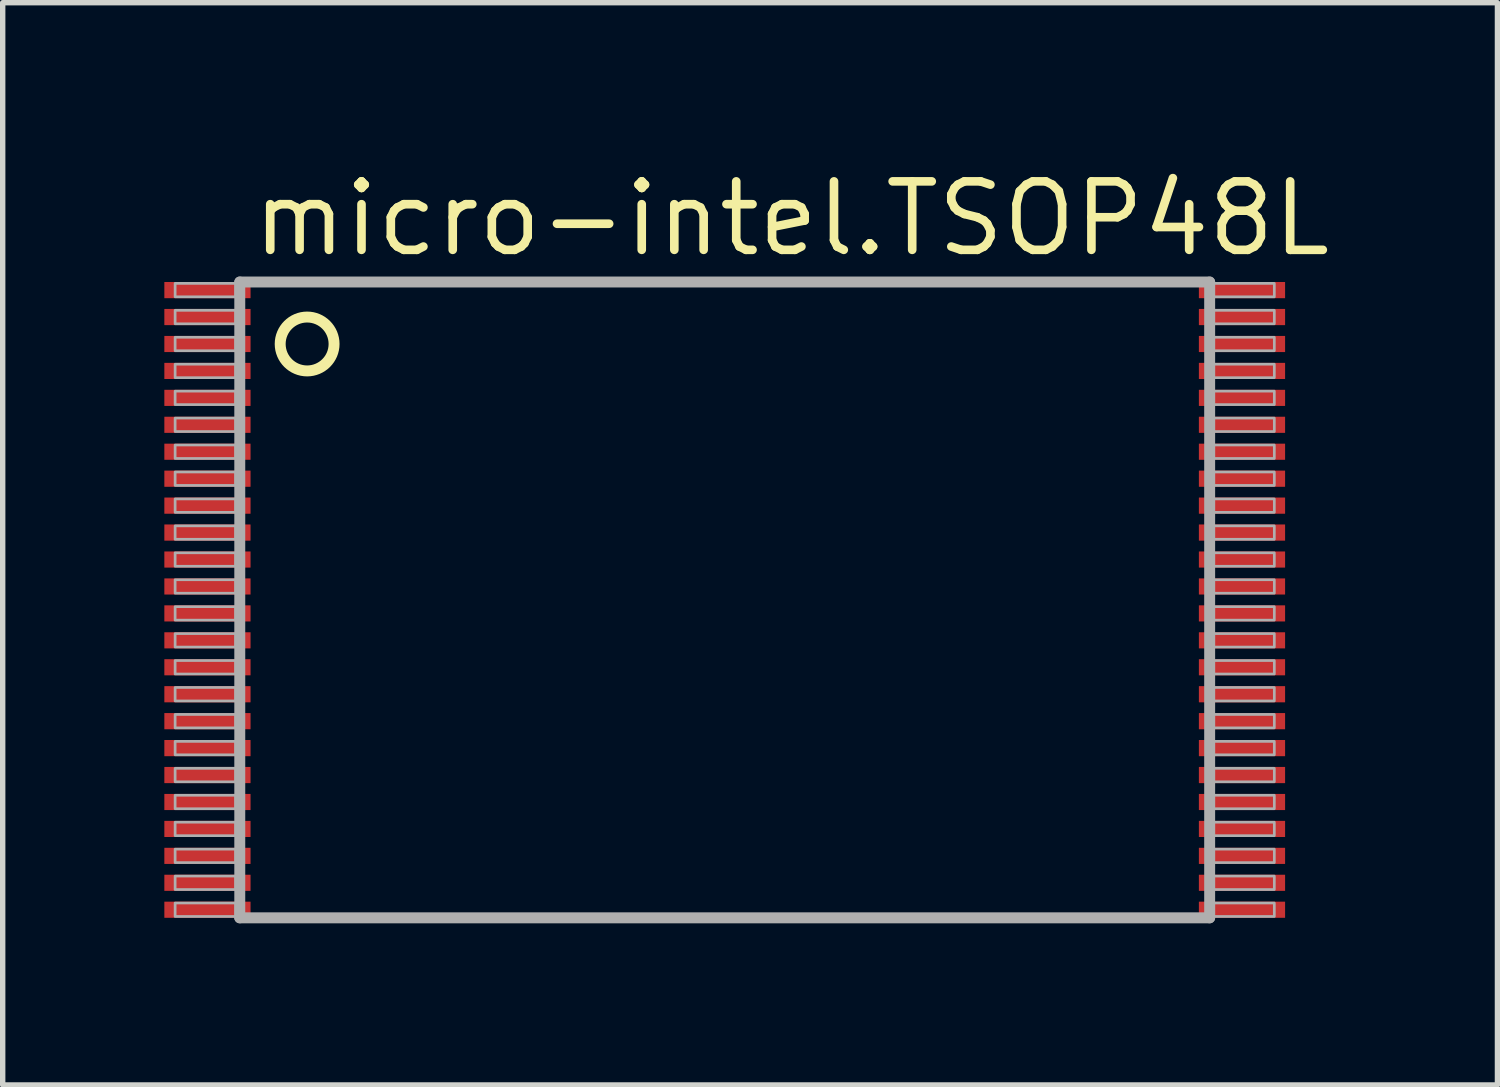
<source format=kicad_pcb>
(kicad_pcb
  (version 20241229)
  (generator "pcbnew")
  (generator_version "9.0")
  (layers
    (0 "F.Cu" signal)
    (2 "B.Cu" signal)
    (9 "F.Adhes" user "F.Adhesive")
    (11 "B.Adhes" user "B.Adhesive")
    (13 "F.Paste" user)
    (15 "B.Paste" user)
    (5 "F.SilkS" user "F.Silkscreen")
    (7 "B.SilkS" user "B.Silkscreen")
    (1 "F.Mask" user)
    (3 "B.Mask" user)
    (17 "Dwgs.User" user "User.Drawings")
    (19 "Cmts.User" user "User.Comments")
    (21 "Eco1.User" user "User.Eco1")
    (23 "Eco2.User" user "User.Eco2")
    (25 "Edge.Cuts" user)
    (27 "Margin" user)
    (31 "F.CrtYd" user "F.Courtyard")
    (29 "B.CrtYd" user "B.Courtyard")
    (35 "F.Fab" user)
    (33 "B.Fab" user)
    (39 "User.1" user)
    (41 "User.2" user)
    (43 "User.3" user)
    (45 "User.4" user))
  (footprint "micro-intel.TSOP48L"
    (layer "F.Cu")
    (at 10.4 8.084)
    (property "Reference" "micro-intel.TSOP48L" (at -8.842 -6.334 0) (layer "F.SilkS") (effects (font (size 1.27 1.27) (thickness 0.16)) (justify left bottom)))
    (attr smd)
    (fp_circle (center -7.75 -4.75) (end -7.25 -4.75) (stroke (width 0.203) (type default)) (fill no) (layer "F.SilkS"))
    (fp_line (start -9 -5.9) (end -9 5.9) (stroke (width 0.203) (type default)) (layer "F.Fab"))
    (fp_line (start -9 5.9) (end 9 5.9) (stroke (width 0.203) (type default)) (layer "F.Fab"))
    (fp_line (start 9 -5.9) (end -9 -5.9) (stroke (width 0.203) (type default)) (layer "F.Fab"))
    (fp_line (start 9 5.9) (end 9 -5.9) (stroke (width 0.203) (type default)) (layer "F.Fab"))
    (fp_rect (start -10.2 -5.625) (end -9.075 -5.875) (stroke (width 0.05) (type default)) (fill no) (layer "F.Fab"))
    (fp_rect (start -10.2 -5.125) (end -9.075 -5.375) (stroke (width 0.05) (type default)) (fill no) (layer "F.Fab"))
    (fp_rect (start -10.2 -4.625) (end -9.075 -4.875) (stroke (width 0.05) (type default)) (fill no) (layer "F.Fab"))
    (fp_rect (start -10.2 -4.125) (end -9.075 -4.375) (stroke (width 0.05) (type default)) (fill no) (layer "F.Fab"))
    (fp_rect (start -10.2 -3.625) (end -9.075 -3.875) (stroke (width 0.05) (type default)) (fill no) (layer "F.Fab"))
    (fp_rect (start -10.2 -3.125) (end -9.075 -3.375) (stroke (width 0.05) (type default)) (fill no) (layer "F.Fab"))
    (fp_rect (start -10.2 -2.625) (end -9.075 -2.875) (stroke (width 0.05) (type default)) (fill no) (layer "F.Fab"))
    (fp_rect (start -10.2 -2.125) (end -9.075 -2.375) (stroke (width 0.05) (type default)) (fill no) (layer "F.Fab"))
    (fp_rect (start -10.2 -1.625) (end -9.075 -1.875) (stroke (width 0.05) (type default)) (fill no) (layer "F.Fab"))
    (fp_rect (start -10.2 -1.125) (end -9.075 -1.375) (stroke (width 0.05) (type default)) (fill no) (layer "F.Fab"))
    (fp_rect (start -10.2 -0.625) (end -9.075 -0.875) (stroke (width 0.05) (type default)) (fill no) (layer "F.Fab"))
    (fp_rect (start -10.2 -0.125) (end -9.075 -0.375) (stroke (width 0.05) (type default)) (fill no) (layer "F.Fab"))
    (fp_rect (start -10.2 0.375) (end -9.075 0.125) (stroke (width 0.05) (type default)) (fill no) (layer "F.Fab"))
    (fp_rect (start -10.2 0.875) (end -9.075 0.625) (stroke (width 0.05) (type default)) (fill no) (layer "F.Fab"))
    (fp_rect (start -10.2 1.375) (end -9.075 1.125) (stroke (width 0.05) (type default)) (fill no) (layer "F.Fab"))
    (fp_rect (start -10.2 1.875) (end -9.075 1.625) (stroke (width 0.05) (type default)) (fill no) (layer "F.Fab"))
    (fp_rect (start -10.2 2.375) (end -9.075 2.125) (stroke (width 0.05) (type default)) (fill no) (layer "F.Fab"))
    (fp_rect (start -10.2 2.875) (end -9.075 2.625) (stroke (width 0.05) (type default)) (fill no) (layer "F.Fab"))
    (fp_rect (start -10.2 3.375) (end -9.075 3.125) (stroke (width 0.05) (type default)) (fill no) (layer "F.Fab"))
    (fp_rect (start -10.2 3.875) (end -9.075 3.625) (stroke (width 0.05) (type default)) (fill no) (layer "F.Fab"))
    (fp_rect (start -10.2 4.375) (end -9.075 4.125) (stroke (width 0.05) (type default)) (fill no) (layer "F.Fab"))
    (fp_rect (start -10.2 4.875) (end -9.075 4.625) (stroke (width 0.05) (type default)) (fill no) (layer "F.Fab"))
    (fp_rect (start -10.2 5.375) (end -9.075 5.125) (stroke (width 0.05) (type default)) (fill no) (layer "F.Fab"))
    (fp_rect (start -10.2 5.875) (end -9.075 5.625) (stroke (width 0.05) (type default)) (fill no) (layer "F.Fab"))
    (fp_rect (start 9.075 -5.625) (end 10.2 -5.875) (stroke (width 0.05) (type default)) (fill no) (layer "F.Fab"))
    (fp_rect (start 9.075 -5.125) (end 10.2 -5.375) (stroke (width 0.05) (type default)) (fill no) (layer "F.Fab"))
    (fp_rect (start 9.075 -4.625) (end 10.2 -4.875) (stroke (width 0.05) (type default)) (fill no) (layer "F.Fab"))
    (fp_rect (start 9.075 -4.125) (end 10.2 -4.375) (stroke (width 0.05) (type default)) (fill no) (layer "F.Fab"))
    (fp_rect (start 9.075 -3.625) (end 10.2 -3.875) (stroke (width 0.05) (type default)) (fill no) (layer "F.Fab"))
    (fp_rect (start 9.075 -3.125) (end 10.2 -3.375) (stroke (width 0.05) (type default)) (fill no) (layer "F.Fab"))
    (fp_rect (start 9.075 -2.625) (end 10.2 -2.875) (stroke (width 0.05) (type default)) (fill no) (layer "F.Fab"))
    (fp_rect (start 9.075 -2.125) (end 10.2 -2.375) (stroke (width 0.05) (type default)) (fill no) (layer "F.Fab"))
    (fp_rect (start 9.075 -1.625) (end 10.2 -1.875) (stroke (width 0.05) (type default)) (fill no) (layer "F.Fab"))
    (fp_rect (start 9.075 -1.125) (end 10.2 -1.375) (stroke (width 0.05) (type default)) (fill no) (layer "F.Fab"))
    (fp_rect (start 9.075 -0.625) (end 10.2 -0.875) (stroke (width 0.05) (type default)) (fill no) (layer "F.Fab"))
    (fp_rect (start 9.075 -0.125) (end 10.2 -0.375) (stroke (width 0.05) (type default)) (fill no) (layer "F.Fab"))
    (fp_rect (start 9.075 0.375) (end 10.2 0.125) (stroke (width 0.05) (type default)) (fill no) (layer "F.Fab"))
    (fp_rect (start 9.075 0.875) (end 10.2 0.625) (stroke (width 0.05) (type default)) (fill no) (layer "F.Fab"))
    (fp_rect (start 9.075 1.375) (end 10.2 1.125) (stroke (width 0.05) (type default)) (fill no) (layer "F.Fab"))
    (fp_rect (start 9.075 1.875) (end 10.2 1.625) (stroke (width 0.05) (type default)) (fill no) (layer "F.Fab"))
    (fp_rect (start 9.075 2.375) (end 10.2 2.125) (stroke (width 0.05) (type default)) (fill no) (layer "F.Fab"))
    (fp_rect (start 9.075 2.875) (end 10.2 2.625) (stroke (width 0.05) (type default)) (fill no) (layer "F.Fab"))
    (fp_rect (start 9.075 3.375) (end 10.2 3.125) (stroke (width 0.05) (type default)) (fill no) (layer "F.Fab"))
    (fp_rect (start 9.075 3.875) (end 10.2 3.625) (stroke (width 0.05) (type default)) (fill no) (layer "F.Fab"))
    (fp_rect (start 9.075 4.375) (end 10.2 4.125) (stroke (width 0.05) (type default)) (fill no) (layer "F.Fab"))
    (fp_rect (start 9.075 4.875) (end 10.2 4.625) (stroke (width 0.05) (type default)) (fill no) (layer "F.Fab"))
    (fp_rect (start 9.075 5.375) (end 10.2 5.125) (stroke (width 0.05) (type default)) (fill no) (layer "F.Fab"))
    (fp_rect (start 9.075 5.875) (end 10.2 5.625) (stroke (width 0.05) (type default)) (fill no) (layer "F.Fab"))
    (pad "1" smd roundrect (at -9.6 -5.75) (size 1.6 0.3) (layers "F.Cu" "F.Mask" "F.Paste") (roundrect_rratio 0.01))
    (pad "2" smd roundrect (at -9.6 -5.25) (size 1.6 0.3) (layers "F.Cu" "F.Mask" "F.Paste") (roundrect_rratio 0.01))
    (pad "3" smd roundrect (at -9.6 -4.75) (size 1.6 0.3) (layers "F.Cu" "F.Mask" "F.Paste") (roundrect_rratio 0.01))
    (pad "4" smd roundrect (at -9.6 -4.25) (size 1.6 0.3) (layers "F.Cu" "F.Mask" "F.Paste") (roundrect_rratio 0.01))
    (pad "5" smd roundrect (at -9.6 -3.75) (size 1.6 0.3) (layers "F.Cu" "F.Mask" "F.Paste") (roundrect_rratio 0.01))
    (pad "6" smd roundrect (at -9.6 -3.25) (size 1.6 0.3) (layers "F.Cu" "F.Mask" "F.Paste") (roundrect_rratio 0.01))
    (pad "7" smd roundrect (at -9.6 -2.75) (size 1.6 0.3) (layers "F.Cu" "F.Mask" "F.Paste") (roundrect_rratio 0.01))
    (pad "8" smd roundrect (at -9.6 -2.25) (size 1.6 0.3) (layers "F.Cu" "F.Mask" "F.Paste") (roundrect_rratio 0.01))
    (pad "9" smd roundrect (at -9.6 -1.75) (size 1.6 0.3) (layers "F.Cu" "F.Mask" "F.Paste") (roundrect_rratio 0.01))
    (pad "10" smd roundrect (at -9.6 -1.25) (size 1.6 0.3) (layers "F.Cu" "F.Mask" "F.Paste") (roundrect_rratio 0.01))
    (pad "11" smd roundrect (at -9.6 -0.75) (size 1.6 0.3) (layers "F.Cu" "F.Mask" "F.Paste") (roundrect_rratio 0.01))
    (pad "12" smd roundrect (at -9.6 -0.25) (size 1.6 0.3) (layers "F.Cu" "F.Mask" "F.Paste") (roundrect_rratio 0.01))
    (pad "13" smd roundrect (at -9.6 0.25) (size 1.6 0.3) (layers "F.Cu" "F.Mask" "F.Paste") (roundrect_rratio 0.01))
    (pad "14" smd roundrect (at -9.6 0.75) (size 1.6 0.3) (layers "F.Cu" "F.Mask" "F.Paste") (roundrect_rratio 0.01))
    (pad "15" smd roundrect (at -9.6 1.25) (size 1.6 0.3) (layers "F.Cu" "F.Mask" "F.Paste") (roundrect_rratio 0.01))
    (pad "16" smd roundrect (at -9.6 1.75) (size 1.6 0.3) (layers "F.Cu" "F.Mask" "F.Paste") (roundrect_rratio 0.01))
    (pad "17" smd roundrect (at -9.6 2.25) (size 1.6 0.3) (layers "F.Cu" "F.Mask" "F.Paste") (roundrect_rratio 0.01))
    (pad "18" smd roundrect (at -9.6 2.75) (size 1.6 0.3) (layers "F.Cu" "F.Mask" "F.Paste") (roundrect_rratio 0.01))
    (pad "19" smd roundrect (at -9.6 3.25) (size 1.6 0.3) (layers "F.Cu" "F.Mask" "F.Paste") (roundrect_rratio 0.01))
    (pad "20" smd roundrect (at -9.6 3.75) (size 1.6 0.3) (layers "F.Cu" "F.Mask" "F.Paste") (roundrect_rratio 0.01))
    (pad "21" smd roundrect (at -9.6 4.25) (size 1.6 0.3) (layers "F.Cu" "F.Mask" "F.Paste") (roundrect_rratio 0.01))
    (pad "22" smd roundrect (at -9.6 4.75) (size 1.6 0.3) (layers "F.Cu" "F.Mask" "F.Paste") (roundrect_rratio 0.01))
    (pad "23" smd roundrect (at -9.6 5.25) (size 1.6 0.3) (layers "F.Cu" "F.Mask" "F.Paste") (roundrect_rratio 0.01))
    (pad "24" smd roundrect (at -9.6 5.75) (size 1.6 0.3) (layers "F.Cu" "F.Mask" "F.Paste") (roundrect_rratio 0.01))
    (pad "25" smd roundrect (at 9.6 5.75) (size 1.6 0.3) (layers "F.Cu" "F.Mask" "F.Paste") (roundrect_rratio 0.01))
    (pad "26" smd roundrect (at 9.6 5.25) (size 1.6 0.3) (layers "F.Cu" "F.Mask" "F.Paste") (roundrect_rratio 0.01))
    (pad "27" smd roundrect (at 9.6 4.75) (size 1.6 0.3) (layers "F.Cu" "F.Mask" "F.Paste") (roundrect_rratio 0.01))
    (pad "28" smd roundrect (at 9.6 4.25) (size 1.6 0.3) (layers "F.Cu" "F.Mask" "F.Paste") (roundrect_rratio 0.01))
    (pad "29" smd roundrect (at 9.6 3.75) (size 1.6 0.3) (layers "F.Cu" "F.Mask" "F.Paste") (roundrect_rratio 0.01))
    (pad "30" smd roundrect (at 9.6 3.25) (size 1.6 0.3) (layers "F.Cu" "F.Mask" "F.Paste") (roundrect_rratio 0.01))
    (pad "31" smd roundrect (at 9.6 2.75) (size 1.6 0.3) (layers "F.Cu" "F.Mask" "F.Paste") (roundrect_rratio 0.01))
    (pad "32" smd roundrect (at 9.6 2.25) (size 1.6 0.3) (layers "F.Cu" "F.Mask" "F.Paste") (roundrect_rratio 0.01))
    (pad "33" smd roundrect (at 9.6 1.75) (size 1.6 0.3) (layers "F.Cu" "F.Mask" "F.Paste") (roundrect_rratio 0.01))
    (pad "34" smd roundrect (at 9.6 1.25) (size 1.6 0.3) (layers "F.Cu" "F.Mask" "F.Paste") (roundrect_rratio 0.01))
    (pad "35" smd roundrect (at 9.6 0.75) (size 1.6 0.3) (layers "F.Cu" "F.Mask" "F.Paste") (roundrect_rratio 0.01))
    (pad "36" smd roundrect (at 9.6 0.25) (size 1.6 0.3) (layers "F.Cu" "F.Mask" "F.Paste") (roundrect_rratio 0.01))
    (pad "37" smd roundrect (at 9.6 -0.25) (size 1.6 0.3) (layers "F.Cu" "F.Mask" "F.Paste") (roundrect_rratio 0.01))
    (pad "38" smd roundrect (at 9.6 -0.75) (size 1.6 0.3) (layers "F.Cu" "F.Mask" "F.Paste") (roundrect_rratio 0.01))
    (pad "39" smd roundrect (at 9.6 -1.25) (size 1.6 0.3) (layers "F.Cu" "F.Mask" "F.Paste") (roundrect_rratio 0.01))
    (pad "40" smd roundrect (at 9.6 -1.75) (size 1.6 0.3) (layers "F.Cu" "F.Mask" "F.Paste") (roundrect_rratio 0.01))
    (pad "41" smd roundrect (at 9.6 -2.25) (size 1.6 0.3) (layers "F.Cu" "F.Mask" "F.Paste") (roundrect_rratio 0.01))
    (pad "42" smd roundrect (at 9.6 -2.75) (size 1.6 0.3) (layers "F.Cu" "F.Mask" "F.Paste") (roundrect_rratio 0.01))
    (pad "43" smd roundrect (at 9.6 -3.25) (size 1.6 0.3) (layers "F.Cu" "F.Mask" "F.Paste") (roundrect_rratio 0.01))
    (pad "44" smd roundrect (at 9.6 -3.75) (size 1.6 0.3) (layers "F.Cu" "F.Mask" "F.Paste") (roundrect_rratio 0.01))
    (pad "45" smd roundrect (at 9.6 -4.25) (size 1.6 0.3) (layers "F.Cu" "F.Mask" "F.Paste") (roundrect_rratio 0.01))
    (pad "46" smd roundrect (at 9.6 -4.75) (size 1.6 0.3) (layers "F.Cu" "F.Mask" "F.Paste") (roundrect_rratio 0.01))
    (pad "47" smd roundrect (at 9.6 -5.25) (size 1.6 0.3) (layers "F.Cu" "F.Mask" "F.Paste") (roundrect_rratio 0.01))
    (pad "48" smd roundrect (at 9.6 -5.75) (size 1.6 0.3) (layers "F.Cu" "F.Mask" "F.Paste") (roundrect_rratio 0.01)))
  (gr_rect
    (start -3 -3)
    (end 24.741 17.086)
    (stroke (width 0.1) (type default))
    (fill no)
    (layer "Edge.Cuts")))
</source>
